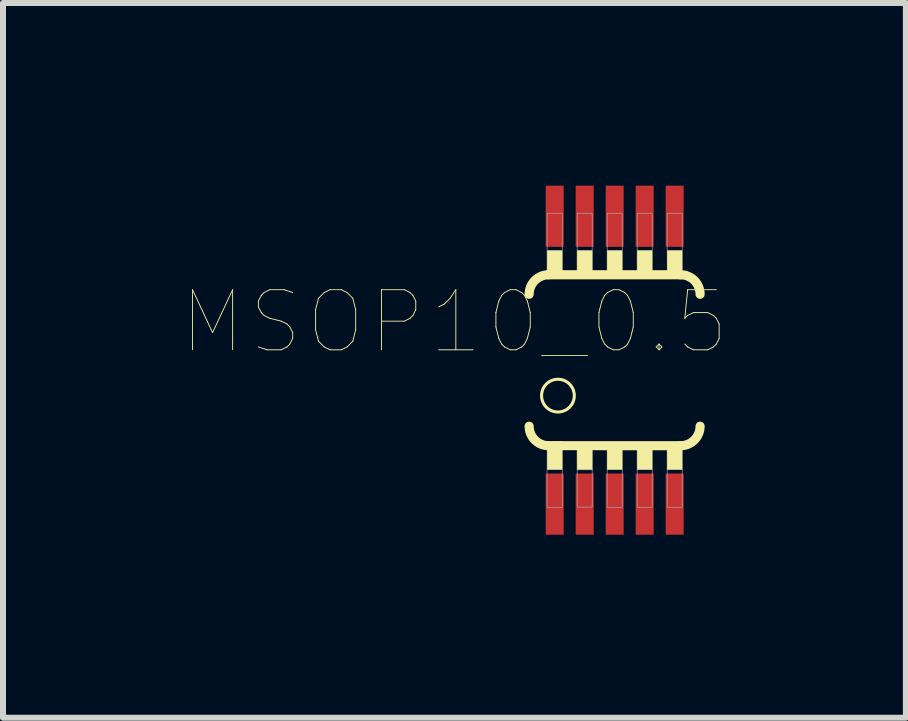
<source format=kicad_pcb>
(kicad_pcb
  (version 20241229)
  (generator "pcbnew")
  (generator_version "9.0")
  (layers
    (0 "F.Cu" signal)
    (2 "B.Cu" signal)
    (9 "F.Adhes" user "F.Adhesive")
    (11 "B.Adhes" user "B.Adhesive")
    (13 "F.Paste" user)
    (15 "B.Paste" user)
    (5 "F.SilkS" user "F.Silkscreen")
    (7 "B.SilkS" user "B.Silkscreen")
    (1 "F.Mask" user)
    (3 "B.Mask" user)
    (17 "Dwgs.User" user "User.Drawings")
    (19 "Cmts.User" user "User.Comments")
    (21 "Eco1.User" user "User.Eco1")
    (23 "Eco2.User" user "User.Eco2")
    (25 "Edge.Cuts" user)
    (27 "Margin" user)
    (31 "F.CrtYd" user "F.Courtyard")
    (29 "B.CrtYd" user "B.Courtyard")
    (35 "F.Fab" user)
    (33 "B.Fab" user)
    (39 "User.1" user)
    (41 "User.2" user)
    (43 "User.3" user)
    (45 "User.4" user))
  (footprint "MSOP10_0.5"
    (layer "F.Cu")
    (at 7.198 2.955)
    (property "Reference" "MSOP10_0.5" (at -2.672 -0.636 180) (layer "F.SilkS") (effects (font (size 1.002 1.002) (thickness 0.015))))
    (attr through_hole)
    (fp_poly (pts (xy -1.202 -2.95) (xy -0.8 -2.95) (xy -0.8 -1.854) (xy -1.202 -1.854)) (stroke (width 0.01) (type solid)) (fill yes) (layer "F.Mask"))
    (fp_poly (pts (xy -1.201 1.85) (xy -0.8 1.85) (xy -0.8 2.954) (xy -1.201 2.954)) (stroke (width 0.01) (type solid)) (fill yes) (layer "F.Mask"))
    (fp_poly (pts (xy -0.701 1.85) (xy -0.3 1.85) (xy -0.3 2.956) (xy -0.701 2.956)) (stroke (width 0.01) (type solid)) (fill yes) (layer "F.Mask"))
    (fp_poly (pts (xy -0.7 -2.95) (xy -0.3 -2.95) (xy -0.3 -1.851) (xy -0.7 -1.851)) (stroke (width 0.01) (type solid)) (fill yes) (layer "F.Mask"))
    (fp_poly (pts (xy -0.2 1.85) (xy 0.2 1.85) (xy 0.2 2.955) (xy -0.2 2.955)) (stroke (width 0.01) (type solid)) (fill yes) (layer "F.Mask"))
    (fp_poly (pts (xy -0.2 -2.95) (xy 0.2 -2.95) (xy 0.2 -1.851) (xy -0.2 -1.851)) (stroke (width 0.01) (type solid)) (fill yes) (layer "F.Mask"))
    (fp_poly (pts (xy 0.3 -2.95) (xy 0.7 -2.95) (xy 0.7 -1.852) (xy 0.3 -1.852)) (stroke (width 0.01) (type solid)) (fill yes) (layer "F.Mask"))
    (fp_poly (pts (xy 0.3 1.85) (xy 0.7 1.85) (xy 0.7 2.955) (xy 0.3 2.955)) (stroke (width 0.01) (type solid)) (fill yes) (layer "F.Mask"))
    (fp_poly (pts (xy 0.801 -2.95) (xy 1.2 -2.95) (xy 1.2 -1.852) (xy 0.801 -1.852)) (stroke (width 0.01) (type solid)) (fill yes) (layer "F.Mask"))
    (fp_poly (pts (xy 0.801 1.85) (xy 1.2 1.85) (xy 1.2 2.954) (xy 0.801 2.954)) (stroke (width 0.01) (type solid)) (fill yes) (layer "F.Mask"))
    (fp_line (start -1.101 -1.424) (end 1.099 -1.424) (stroke (width 0.152) (type solid)) (layer "F.SilkS"))
    (fp_line (start -1.1 1.425) (end 1.099 1.426) (stroke (width 0.152) (type solid)) (layer "F.SilkS"))
    (fp_arc (start -1.426 -1.099) (mid -1.33081 -1.32881) (end -1.101 -1.424) (stroke (width 0.1524) (type solid)) (layer "F.SilkS"))
    (fp_arc (start -1.101 1.426) (mid -1.33081 1.33081) (end -1.426 1.101) (stroke (width 0.1524) (type solid)) (layer "F.SilkS"))
    (fp_arc (start 1.099 -1.424) (mid 1.32881 -1.32881) (end 1.424 -1.099) (stroke (width 0.1524) (type solid)) (layer "F.SilkS"))
    (fp_arc (start 1.424 1.101) (mid 1.32881 1.33081) (end 1.099 1.426) (stroke (width 0.1524) (type solid)) (layer "F.SilkS"))
    (fp_circle (center -0.946 0.591) (end -0.673 0.591) (stroke (width 0.051) (type solid)) (fill no) (layer "F.SilkS"))
    (fp_poly (pts (xy -1.126 -1.825) (xy -0.875 -1.825) (xy -0.875 -1.476) (xy -1.126 -1.476)) (stroke (width 0.01) (type solid)) (fill yes) (layer "F.SilkS"))
    (fp_poly (pts (xy -1.125 1.475) (xy -0.875 1.475) (xy -0.875 1.825) (xy -1.125 1.825)) (stroke (width 0.01) (type solid)) (fill yes) (layer "F.SilkS"))
    (fp_poly (pts (xy -0.626 -1.825) (xy -0.375 -1.825) (xy -0.375 -1.477) (xy -0.626 -1.477)) (stroke (width 0.01) (type solid)) (fill yes) (layer "F.SilkS"))
    (fp_poly (pts (xy -0.626 1.475) (xy -0.375 1.475) (xy -0.375 1.827) (xy -0.626 1.827)) (stroke (width 0.01) (type solid)) (fill yes) (layer "F.SilkS"))
    (fp_poly (pts (xy -0.125 -1.825) (xy 0.125 -1.825) (xy 0.125 -1.476) (xy -0.125 -1.476)) (stroke (width 0.01) (type solid)) (fill yes) (layer "F.SilkS"))
    (fp_poly (pts (xy -0.125 1.475) (xy 0.125 1.475) (xy 0.125 1.825) (xy -0.125 1.825)) (stroke (width 0.01) (type solid)) (fill yes) (layer "F.SilkS"))
    (fp_poly (pts (xy 0.375 -1.825) (xy 0.625 -1.825) (xy 0.625 -1.475) (xy 0.375 -1.475)) (stroke (width 0.01) (type solid)) (fill yes) (layer "F.SilkS"))
    (fp_poly (pts (xy 0.375 1.475) (xy 0.625 1.475) (xy 0.625 1.826) (xy 0.375 1.826)) (stroke (width 0.01) (type solid)) (fill yes) (layer "F.SilkS"))
    (fp_poly (pts (xy 0.875 1.475) (xy 1.125 1.475) (xy 1.125 1.826) (xy 0.875 1.826)) (stroke (width 0.01) (type solid)) (fill yes) (layer "F.SilkS"))
    (fp_poly (pts (xy 0.876 -1.825) (xy 1.125 -1.825) (xy 1.125 -1.477) (xy 0.876 -1.477)) (stroke (width 0.01) (type solid)) (fill yes) (layer "F.SilkS"))
    (fp_poly (pts (xy -1.151 1.9) (xy -0.85 1.9) (xy -0.85 2.853) (xy -1.151 2.853)) (stroke (width 0.01) (type solid)) (fill yes) (layer "F.Paste"))
    (fp_poly (pts (xy -1.151 -2.85) (xy -0.85 -2.85) (xy -0.85 -1.901) (xy -1.151 -1.901)) (stroke (width 0.01) (type solid)) (fill yes) (layer "F.Paste"))
    (fp_poly (pts (xy -0.65 1.9) (xy -0.35 1.9) (xy -0.35 2.852) (xy -0.65 2.852)) (stroke (width 0.01) (type solid)) (fill yes) (layer "F.Paste"))
    (fp_poly (pts (xy -0.65 -2.85) (xy -0.35 -2.85) (xy -0.35 -1.901) (xy -0.65 -1.901)) (stroke (width 0.01) (type solid)) (fill yes) (layer "F.Paste"))
    (fp_poly (pts (xy -0.15 -2.85) (xy 0.15 -2.85) (xy 0.15 -1.902) (xy -0.15 -1.902)) (stroke (width 0.01) (type solid)) (fill yes) (layer "F.Paste"))
    (fp_poly (pts (xy -0.15 1.9) (xy 0.15 1.9) (xy 0.15 2.85) (xy -0.15 2.85)) (stroke (width 0.01) (type solid)) (fill yes) (layer "F.Paste"))
    (fp_poly (pts (xy 0.35 1.9) (xy 0.65 1.9) (xy 0.65 2.854) (xy 0.35 2.854)) (stroke (width 0.01) (type solid)) (fill yes) (layer "F.Paste"))
    (fp_poly (pts (xy 0.351 -2.85) (xy 0.65 -2.85) (xy 0.65 -1.903) (xy 0.351 -1.903)) (stroke (width 0.01) (type solid)) (fill yes) (layer "F.Paste"))
    (fp_poly (pts (xy 0.85 -2.85) (xy 1.15 -2.85) (xy 1.15 -1.901) (xy 0.85 -1.901)) (stroke (width 0.01) (type solid)) (fill yes) (layer "F.Paste"))
    (fp_poly (pts (xy 0.85 1.9) (xy 1.15 1.9) (xy 1.15 2.851) (xy 0.85 2.851)) (stroke (width 0.01) (type solid)) (fill yes) (layer "F.Paste"))
    (fp_poly (pts (xy -1.127 1.825) (xy -0.875 1.825) (xy -0.875 2.454) (xy -1.127 2.454)) (stroke (width 0.01) (type solid)) (fill no) (layer "F.Fab"))
    (fp_poly (pts (xy -1.126 -2.45) (xy -0.875 -2.45) (xy -0.875 -1.826) (xy -1.126 -1.826)) (stroke (width 0.01) (type solid)) (fill no) (layer "F.Fab"))
    (fp_poly (pts (xy -0.625 -2.45) (xy -0.375 -2.45) (xy -0.375 -1.826) (xy -0.625 -1.826)) (stroke (width 0.01) (type solid)) (fill no) (layer "F.Fab"))
    (fp_poly (pts (xy -0.625 1.825) (xy -0.375 1.825) (xy -0.375 2.45) (xy -0.625 2.45)) (stroke (width 0.01) (type solid)) (fill no) (layer "F.Fab"))
    (fp_poly (pts (xy -0.125 1.825) (xy 0.125 1.825) (xy 0.125 2.454) (xy -0.125 2.454)) (stroke (width 0.01) (type solid)) (fill no) (layer "F.Fab"))
    (fp_poly (pts (xy -0.125 -2.45) (xy 0.125 -2.45) (xy 0.125 -1.826) (xy -0.125 -1.826)) (stroke (width 0.01) (type solid)) (fill no) (layer "F.Fab"))
    (fp_poly (pts (xy 0.375 -2.45) (xy 0.625 -2.45) (xy 0.625 -1.825) (xy 0.375 -1.825)) (stroke (width 0.01) (type solid)) (fill no) (layer "F.Fab"))
    (fp_poly (pts (xy 0.375 1.825) (xy 0.625 1.825) (xy 0.625 2.452) (xy 0.375 2.452)) (stroke (width 0.01) (type solid)) (fill no) (layer "F.Fab"))
    (fp_poly (pts (xy 0.875 -2.45) (xy 1.125 -2.45) (xy 1.125 -1.826) (xy 0.875 -1.826)) (stroke (width 0.01) (type solid)) (fill no) (layer "F.Fab"))
    (fp_poly (pts (xy 0.876 1.825) (xy 1.125 1.825) (xy 1.125 2.452) (xy 0.876 2.452)) (stroke (width 0.01) (type solid)) (fill no) (layer "F.Fab"))
    (pad "1" smd rect (at -1 2.4) (size 0.3 1.02) (layers "F.Cu"))
    (pad "2" smd rect (at -0.5 2.4) (size 0.3 1.02) (layers "F.Cu"))
    (pad "3" smd rect (at 0 2.4) (size 0.3 1.02) (layers "F.Cu"))
    (pad "4" smd rect (at 0.5 2.4) (size 0.3 1.02) (layers "F.Cu"))
    (pad "5" smd rect (at 1 2.4) (size 0.3 1.02) (layers "F.Cu"))
    (pad "6" smd rect (at 1 -2.4) (size 0.3 1.02) (layers "F.Cu"))
    (pad "7" smd rect (at 0.5 -2.4) (size 0.3 1.02) (layers "F.Cu"))
    (pad "8" smd rect (at 0 -2.4) (size 0.3 1.02) (layers "F.Cu"))
    (pad "9" smd rect (at -0.5 -2.4) (size 0.3 1.02) (layers "F.Cu"))
    (pad "10" smd rect (at -1 -2.4) (size 0.3 1.02) (layers "F.Cu")))
  (gr_rect
    (start -3 -3)
    (end 12.053 8.916)
    (stroke (width 0.1) (type default))
    (fill no)
    (layer "Edge.Cuts")))
</source>
